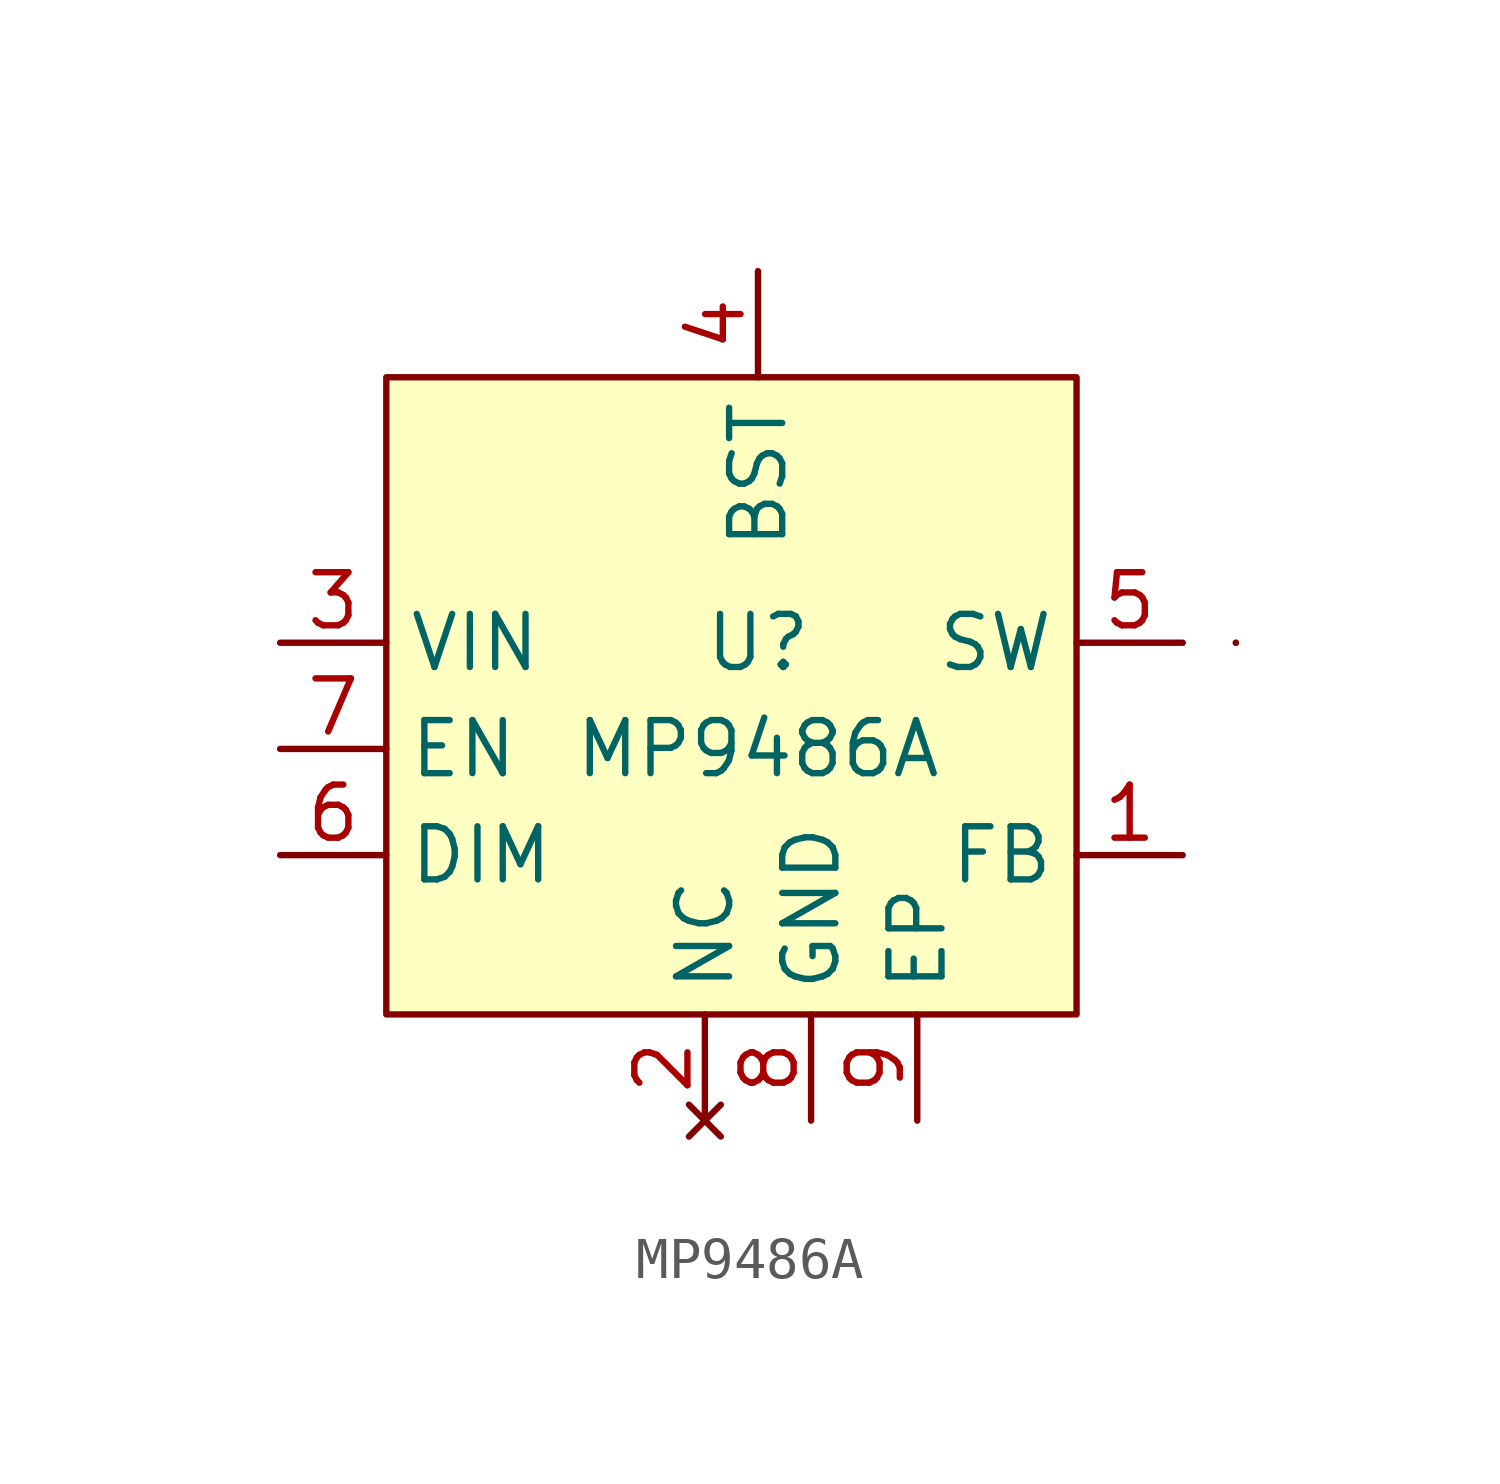
<source format=kicad_sym>
(kicad_symbol_lib
  (version 20211014)
  (generator kicad_symbol_editor)
  (symbol "MP9486A"
    (property "Reference" "U"
      (at 0 2.54 0)
      (effects (font (size 1.27 1.27))))
    (property "Value" "MP9486A"
      (at 0 0 0)
      (effects (font (size 1.27 1.27))))
    (symbol "MP9486A_0_1"
      (rectangle (start -8.89 8.89) (end 7.62 -6.35) (stroke (width 0) (type default) (color 0 0 0 0)) (fill (type background)))
      (rectangle (start 11.43 2.54) (end 11.43 2.54) (stroke (width 0) (type default) (color 0 0 0 0)) (fill (type none)))
      (rectangle (start 11.43 2.54) (end 11.43 2.54) (stroke (width 0) (type default) (color 0 0 0 0)) (fill (type none))))
    (symbol "MP9486A_1_1"
      (pin input line (at 10.16 -2.54 180) (length 2.54) (name "FB" (effects (font (size 1.27 1.27)))) (number "1" (effects (font (size 1.27 1.27)))))
      (pin no_connect line (at -1.27 -8.89 90) (length 2.54) (name "NC" (effects (font (size 1.27 1.27)))) (number "2" (effects (font (size 1.27 1.27)))))
      (pin power_in line (at -11.43 2.54 0) (length 2.54) (name "VIN" (effects (font (size 1.27 1.27)))) (number "3" (effects (font (size 1.27 1.27)))))
      (pin input line (at 0 11.43 270) (length 2.54) (name "BST" (effects (font (size 1.27 1.27)))) (number "4" (effects (font (size 1.27 1.27)))))
      (pin power_out line (at 10.16 2.54 180) (length 2.54) (name "SW" (effects (font (size 1.27 1.27)))) (number "5" (effects (font (size 1.27 1.27)))))
      (pin input line (at -11.43 -2.54 0) (length 2.54) (name "DIM" (effects (font (size 1.27 1.27)))) (number "6" (effects (font (size 1.27 1.27)))))
      (pin input line (at -11.43 0 0) (length 2.54) (name "EN" (effects (font (size 1.27 1.27)))) (number "7" (effects (font (size 1.27 1.27)))))
      (pin power_out line (at 1.27 -8.89 90) (length 2.54) (name "GND" (effects (font (size 1.27 1.27)))) (number "8" (effects (font (size 1.27 1.27)))))
      (pin power_out line (at 3.81 -8.89 90) (length 2.54) (name "EP" (effects (font (size 1.27 1.27)))) (number "9" (effects (font (size 1.27 1.27))))))))
</source>
